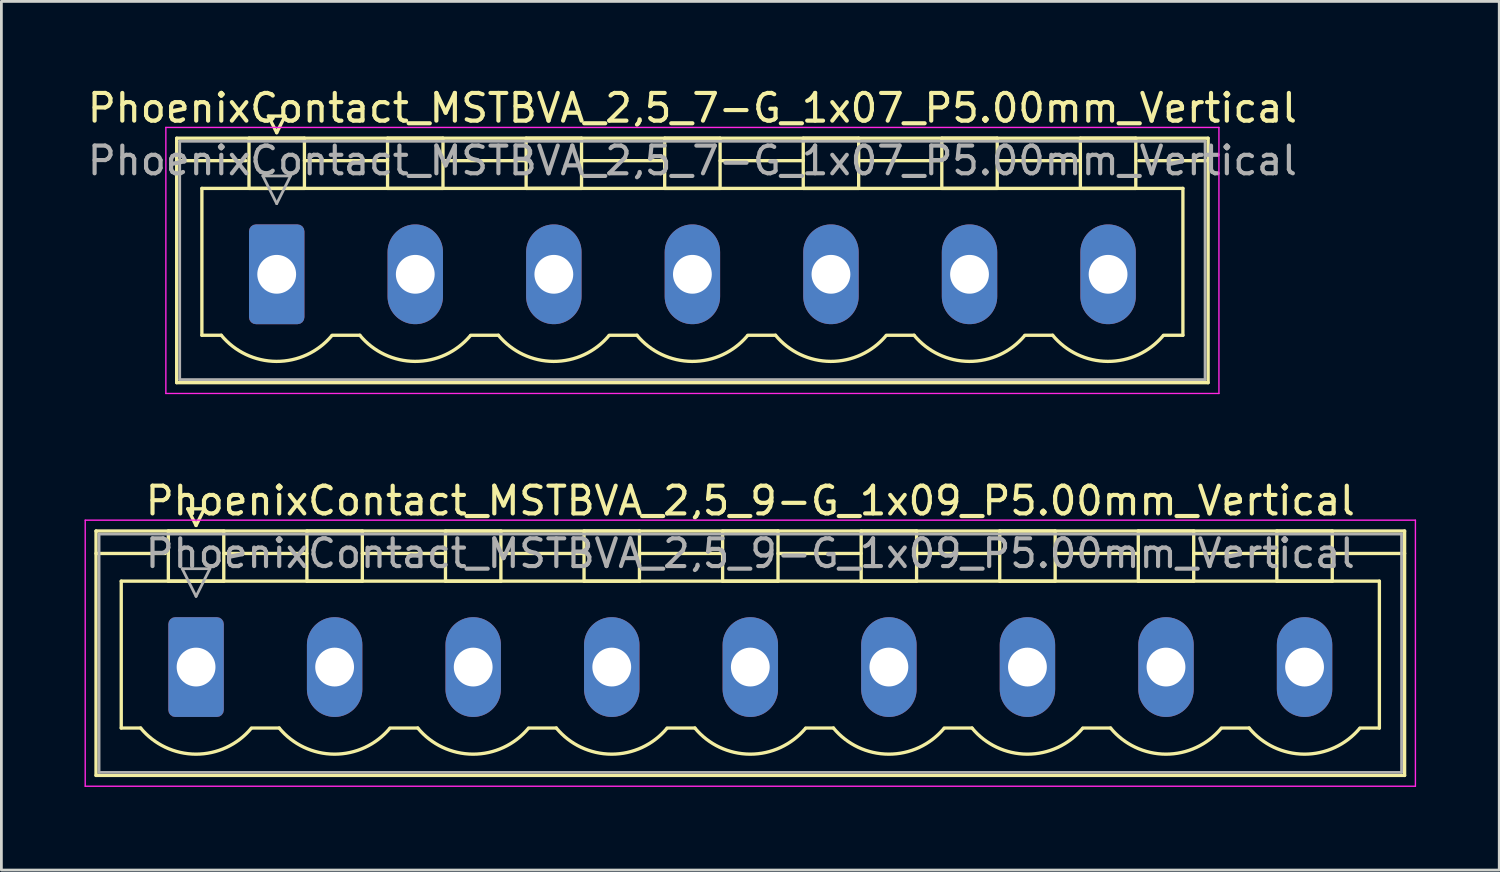
<source format=kicad_pcb>
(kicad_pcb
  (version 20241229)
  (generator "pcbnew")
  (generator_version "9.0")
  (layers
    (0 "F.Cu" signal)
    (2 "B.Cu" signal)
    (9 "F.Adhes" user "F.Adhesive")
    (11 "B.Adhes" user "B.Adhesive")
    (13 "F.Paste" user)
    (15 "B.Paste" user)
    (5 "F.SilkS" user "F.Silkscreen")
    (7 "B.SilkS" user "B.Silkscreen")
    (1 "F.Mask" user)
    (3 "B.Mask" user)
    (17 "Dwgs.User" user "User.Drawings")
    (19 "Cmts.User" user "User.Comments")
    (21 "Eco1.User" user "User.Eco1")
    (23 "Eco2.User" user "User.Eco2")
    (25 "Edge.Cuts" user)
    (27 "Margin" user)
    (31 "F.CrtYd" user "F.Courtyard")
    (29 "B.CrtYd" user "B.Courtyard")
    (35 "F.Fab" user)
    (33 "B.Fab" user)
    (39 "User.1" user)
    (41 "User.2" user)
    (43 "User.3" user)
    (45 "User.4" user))
  (footprint "PhoenixContact_MSTBVA_2,5_9-G_1x09_P5.00mm_Vertical"
    (layer "F.Cu")
    (at 4.025 21.021)
    (property "Reference" "PhoenixContact_MSTBVA_2,5_9-G_1x09_P5.00mm_Vertical" (at 20 -6 0) (layer "F.SilkS") (effects (font (size 1 1) (thickness 0.15))))
    (attr through_hole)
    (fp_line (start -3.61 -4.91) (end -3.61 3.91) (stroke (width 0.12) (type solid)) (layer "F.SilkS"))
    (fp_line (start -3.61 -4.1) (end -1.11 -4.1) (stroke (width 0.12) (type solid)) (layer "F.SilkS"))
    (fp_line (start -3.61 3.91) (end 43.61 3.91) (stroke (width 0.12) (type solid)) (layer "F.SilkS"))
    (fp_line (start -2.7 -3.1) (end 42.7 -3.1) (stroke (width 0.12) (type solid)) (layer "F.SilkS"))
    (fp_line (start -2.7 2.2) (end -2.7 -3.1) (stroke (width 0.12) (type solid)) (layer "F.SilkS"))
    (fp_line (start -2 2.2) (end -2.7 2.2) (stroke (width 0.12) (type solid)) (layer "F.SilkS"))
    (fp_line (start -1 -4.91) (end 1 -4.91) (stroke (width 0.12) (type solid)) (layer "F.SilkS"))
    (fp_line (start -1 -3.1) (end -1 -4.91) (stroke (width 0.12) (type solid)) (layer "F.SilkS"))
    (fp_line (start -0.3 -5.71) (end 0.3 -5.71) (stroke (width 0.12) (type solid)) (layer "F.SilkS"))
    (fp_line (start 0 -5.11) (end -0.3 -5.71) (stroke (width 0.12) (type solid)) (layer "F.SilkS"))
    (fp_line (start 0.3 -5.71) (end 0 -5.11) (stroke (width 0.12) (type solid)) (layer "F.SilkS"))
    (fp_line (start 1 -4.91) (end 1 -3.1) (stroke (width 0.12) (type solid)) (layer "F.SilkS"))
    (fp_line (start 1 -4.1) (end 4 -4.1) (stroke (width 0.12) (type solid)) (layer "F.SilkS"))
    (fp_line (start 1 -3.1) (end -1 -3.1) (stroke (width 0.12) (type solid)) (layer "F.SilkS"))
    (fp_line (start 2 2.2) (end 3 2.2) (stroke (width 0.12) (type solid)) (layer "F.SilkS"))
    (fp_line (start 4 -4.91) (end 6 -4.91) (stroke (width 0.12) (type solid)) (layer "F.SilkS"))
    (fp_line (start 4 -3.1) (end 4 -4.91) (stroke (width 0.12) (type solid)) (layer "F.SilkS"))
    (fp_line (start 6 -4.91) (end 6 -3.1) (stroke (width 0.12) (type solid)) (layer "F.SilkS"))
    (fp_line (start 6 -4.1) (end 9 -4.1) (stroke (width 0.12) (type solid)) (layer "F.SilkS"))
    (fp_line (start 6 -3.1) (end 4 -3.1) (stroke (width 0.12) (type solid)) (layer "F.SilkS"))
    (fp_line (start 7 2.2) (end 8 2.2) (stroke (width 0.12) (type solid)) (layer "F.SilkS"))
    (fp_line (start 9 -4.91) (end 11 -4.91) (stroke (width 0.12) (type solid)) (layer "F.SilkS"))
    (fp_line (start 9 -3.1) (end 9 -4.91) (stroke (width 0.12) (type solid)) (layer "F.SilkS"))
    (fp_line (start 11 -4.91) (end 11 -3.1) (stroke (width 0.12) (type solid)) (layer "F.SilkS"))
    (fp_line (start 11 -4.1) (end 14 -4.1) (stroke (width 0.12) (type solid)) (layer "F.SilkS"))
    (fp_line (start 11 -3.1) (end 9 -3.1) (stroke (width 0.12) (type solid)) (layer "F.SilkS"))
    (fp_line (start 12 2.2) (end 13 2.2) (stroke (width 0.12) (type solid)) (layer "F.SilkS"))
    (fp_line (start 14 -4.91) (end 16 -4.91) (stroke (width 0.12) (type solid)) (layer "F.SilkS"))
    (fp_line (start 14 -3.1) (end 14 -4.91) (stroke (width 0.12) (type solid)) (layer "F.SilkS"))
    (fp_line (start 16 -4.91) (end 16 -3.1) (stroke (width 0.12) (type solid)) (layer "F.SilkS"))
    (fp_line (start 16 -4.1) (end 19 -4.1) (stroke (width 0.12) (type solid)) (layer "F.SilkS"))
    (fp_line (start 16 -3.1) (end 14 -3.1) (stroke (width 0.12) (type solid)) (layer "F.SilkS"))
    (fp_line (start 17 2.2) (end 18 2.2) (stroke (width 0.12) (type solid)) (layer "F.SilkS"))
    (fp_line (start 19 -4.91) (end 21 -4.91) (stroke (width 0.12) (type solid)) (layer "F.SilkS"))
    (fp_line (start 19 -3.1) (end 19 -4.91) (stroke (width 0.12) (type solid)) (layer "F.SilkS"))
    (fp_line (start 21 -4.91) (end 21 -3.1) (stroke (width 0.12) (type solid)) (layer "F.SilkS"))
    (fp_line (start 21 -4.1) (end 24 -4.1) (stroke (width 0.12) (type solid)) (layer "F.SilkS"))
    (fp_line (start 21 -3.1) (end 19 -3.1) (stroke (width 0.12) (type solid)) (layer "F.SilkS"))
    (fp_line (start 22 2.2) (end 23 2.2) (stroke (width 0.12) (type solid)) (layer "F.SilkS"))
    (fp_line (start 24 -4.91) (end 26 -4.91) (stroke (width 0.12) (type solid)) (layer "F.SilkS"))
    (fp_line (start 24 -3.1) (end 24 -4.91) (stroke (width 0.12) (type solid)) (layer "F.SilkS"))
    (fp_line (start 26 -4.91) (end 26 -3.1) (stroke (width 0.12) (type solid)) (layer "F.SilkS"))
    (fp_line (start 26 -4.1) (end 29 -4.1) (stroke (width 0.12) (type solid)) (layer "F.SilkS"))
    (fp_line (start 26 -3.1) (end 24 -3.1) (stroke (width 0.12) (type solid)) (layer "F.SilkS"))
    (fp_line (start 27 2.2) (end 28 2.2) (stroke (width 0.12) (type solid)) (layer "F.SilkS"))
    (fp_line (start 29 -4.91) (end 31 -4.91) (stroke (width 0.12) (type solid)) (layer "F.SilkS"))
    (fp_line (start 29 -3.1) (end 29 -4.91) (stroke (width 0.12) (type solid)) (layer "F.SilkS"))
    (fp_line (start 31 -4.91) (end 31 -3.1) (stroke (width 0.12) (type solid)) (layer "F.SilkS"))
    (fp_line (start 31 -4.1) (end 34 -4.1) (stroke (width 0.12) (type solid)) (layer "F.SilkS"))
    (fp_line (start 31 -3.1) (end 29 -3.1) (stroke (width 0.12) (type solid)) (layer "F.SilkS"))
    (fp_line (start 32 2.2) (end 33 2.2) (stroke (width 0.12) (type solid)) (layer "F.SilkS"))
    (fp_line (start 34 -4.91) (end 36 -4.91) (stroke (width 0.12) (type solid)) (layer "F.SilkS"))
    (fp_line (start 34 -3.1) (end 34 -4.91) (stroke (width 0.12) (type solid)) (layer "F.SilkS"))
    (fp_line (start 36 -4.91) (end 36 -3.1) (stroke (width 0.12) (type solid)) (layer "F.SilkS"))
    (fp_line (start 36 -4.1) (end 39 -4.1) (stroke (width 0.12) (type solid)) (layer "F.SilkS"))
    (fp_line (start 36 -3.1) (end 34 -3.1) (stroke (width 0.12) (type solid)) (layer "F.SilkS"))
    (fp_line (start 37 2.2) (end 38 2.2) (stroke (width 0.12) (type solid)) (layer "F.SilkS"))
    (fp_line (start 39 -4.91) (end 41 -4.91) (stroke (width 0.12) (type solid)) (layer "F.SilkS"))
    (fp_line (start 39 -3.1) (end 39 -4.91) (stroke (width 0.12) (type solid)) (layer "F.SilkS"))
    (fp_line (start 41 -4.91) (end 41 -3.1) (stroke (width 0.12) (type solid)) (layer "F.SilkS"))
    (fp_line (start 41 -3.1) (end 39 -3.1) (stroke (width 0.12) (type solid)) (layer "F.SilkS"))
    (fp_line (start 42.7 -3.1) (end 42.7 2.2) (stroke (width 0.12) (type solid)) (layer "F.SilkS"))
    (fp_line (start 42.7 2.2) (end 42 2.2) (stroke (width 0.12) (type solid)) (layer "F.SilkS"))
    (fp_line (start 43.61 -4.91) (end -3.61 -4.91) (stroke (width 0.12) (type solid)) (layer "F.SilkS"))
    (fp_line (start 43.61 -4.1) (end 41.11 -4.1) (stroke (width 0.12) (type solid)) (layer "F.SilkS"))
    (fp_line (start 43.61 3.91) (end 43.61 -4.91) (stroke (width 0.12) (type solid)) (layer "F.SilkS"))
    (fp_arc (start 1.986842 2.215821) (mid -0.010289 3.142758) (end -2 2.2) (stroke (width 0.12) (type solid)) (layer "F.SilkS"))
    (fp_arc (start 6.986842 2.215821) (mid 4.989711 3.142758) (end 3 2.2) (stroke (width 0.12) (type solid)) (layer "F.SilkS"))
    (fp_arc (start 11.986842 2.215821) (mid 9.989711 3.142758) (end 8 2.2) (stroke (width 0.12) (type solid)) (layer "F.SilkS"))
    (fp_arc (start 16.986842 2.215821) (mid 14.989711 3.142758) (end 13 2.2) (stroke (width 0.12) (type solid)) (layer "F.SilkS"))
    (fp_arc (start 21.986842 2.215821) (mid 19.989711 3.142758) (end 18 2.2) (stroke (width 0.12) (type solid)) (layer "F.SilkS"))
    (fp_arc (start 26.986842 2.215821) (mid 24.989711 3.142758) (end 23 2.2) (stroke (width 0.12) (type solid)) (layer "F.SilkS"))
    (fp_arc (start 31.986842 2.215821) (mid 29.989711 3.142758) (end 28 2.2) (stroke (width 0.12) (type solid)) (layer "F.SilkS"))
    (fp_arc (start 36.986842 2.215821) (mid 34.989711 3.142758) (end 33 2.2) (stroke (width 0.12) (type solid)) (layer "F.SilkS"))
    (fp_arc (start 41.986842 2.215821) (mid 39.989711 3.142758) (end 38 2.2) (stroke (width 0.12) (type solid)) (layer "F.SilkS"))
    (fp_line (start -4 -5.3) (end -4 4.3) (stroke (width 0.05) (type solid)) (layer "F.CrtYd"))
    (fp_line (start -4 4.3) (end 44 4.3) (stroke (width 0.05) (type solid)) (layer "F.CrtYd"))
    (fp_line (start 44 -5.3) (end -4 -5.3) (stroke (width 0.05) (type solid)) (layer "F.CrtYd"))
    (fp_line (start 44 4.3) (end 44 -5.3) (stroke (width 0.05) (type solid)) (layer "F.CrtYd"))
    (fp_line (start -3.5 -4.8) (end -3.5 3.8) (stroke (width 0.1) (type solid)) (layer "F.Fab"))
    (fp_line (start -3.5 3.8) (end 43.5 3.8) (stroke (width 0.1) (type solid)) (layer "F.Fab"))
    (fp_line (start -0.5 -3.55) (end 0.5 -3.55) (stroke (width 0.1) (type solid)) (layer "F.Fab"))
    (fp_line (start 0 -2.55) (end -0.5 -3.55) (stroke (width 0.1) (type solid)) (layer "F.Fab"))
    (fp_line (start 0.5 -3.55) (end 0 -2.55) (stroke (width 0.1) (type solid)) (layer "F.Fab"))
    (fp_line (start 43.5 -4.8) (end -3.5 -4.8) (stroke (width 0.1) (type solid)) (layer "F.Fab"))
    (fp_line (start 43.5 3.8) (end 43.5 -4.8) (stroke (width 0.1) (type solid)) (layer "F.Fab"))
    (fp_text user "${REFERENCE}" (at 20 -4.1 0) (layer "F.Fab") (effects (font (size 1 1) (thickness 0.15))))
    (pad "1" thru_hole roundrect (at 0 0) (size 2 3.6) (drill 1.4) (layers "*.Cu" "*.Mask") (roundrect_rratio 0.125))
    (pad "2" thru_hole oval (at 5 0) (size 2 3.6) (drill 1.4) (layers "*.Cu" "*.Mask"))
    (pad "3" thru_hole oval (at 10 0) (size 2 3.6) (drill 1.4) (layers "*.Cu" "*.Mask"))
    (pad "4" thru_hole oval (at 15 0) (size 2 3.6) (drill 1.4) (layers "*.Cu" "*.Mask"))
    (pad "5" thru_hole oval (at 20 0) (size 2 3.6) (drill 1.4) (layers "*.Cu" "*.Mask"))
    (pad "6" thru_hole oval (at 25 0) (size 2 3.6) (drill 1.4) (layers "*.Cu" "*.Mask"))
    (pad "7" thru_hole oval (at 30 0) (size 2 3.6) (drill 1.4) (layers "*.Cu" "*.Mask"))
    (pad "8" thru_hole oval (at 35 0) (size 2 3.6) (drill 1.4) (layers "*.Cu" "*.Mask"))
    (pad "9" thru_hole oval (at 40 0) (size 2 3.6) (drill 1.4) (layers "*.Cu" "*.Mask")))
  (footprint "PhoenixContact_MSTBVA_2,5_7-G_1x07_P5.00mm_Vertical"
    (layer "F.Cu")
    (at 6.935 6.848)
    (property "Reference" "PhoenixContact_MSTBVA_2,5_7-G_1x07_P5.00mm_Vertical" (at 15 -6 0) (layer "F.SilkS") (effects (font (size 1 1) (thickness 0.15))))
    (attr through_hole)
    (fp_line (start -3.61 -4.91) (end -3.61 3.91) (stroke (width 0.12) (type solid)) (layer "F.SilkS"))
    (fp_line (start -3.61 -4.1) (end -1.11 -4.1) (stroke (width 0.12) (type solid)) (layer "F.SilkS"))
    (fp_line (start -3.61 3.91) (end 33.61 3.91) (stroke (width 0.12) (type solid)) (layer "F.SilkS"))
    (fp_line (start -2.7 -3.1) (end 32.7 -3.1) (stroke (width 0.12) (type solid)) (layer "F.SilkS"))
    (fp_line (start -2.7 2.2) (end -2.7 -3.1) (stroke (width 0.12) (type solid)) (layer "F.SilkS"))
    (fp_line (start -2 2.2) (end -2.7 2.2) (stroke (width 0.12) (type solid)) (layer "F.SilkS"))
    (fp_line (start -1 -4.91) (end 1 -4.91) (stroke (width 0.12) (type solid)) (layer "F.SilkS"))
    (fp_line (start -1 -3.1) (end -1 -4.91) (stroke (width 0.12) (type solid)) (layer "F.SilkS"))
    (fp_line (start -0.3 -5.71) (end 0.3 -5.71) (stroke (width 0.12) (type solid)) (layer "F.SilkS"))
    (fp_line (start 0 -5.11) (end -0.3 -5.71) (stroke (width 0.12) (type solid)) (layer "F.SilkS"))
    (fp_line (start 0.3 -5.71) (end 0 -5.11) (stroke (width 0.12) (type solid)) (layer "F.SilkS"))
    (fp_line (start 1 -4.91) (end 1 -3.1) (stroke (width 0.12) (type solid)) (layer "F.SilkS"))
    (fp_line (start 1 -4.1) (end 4 -4.1) (stroke (width 0.12) (type solid)) (layer "F.SilkS"))
    (fp_line (start 1 -3.1) (end -1 -3.1) (stroke (width 0.12) (type solid)) (layer "F.SilkS"))
    (fp_line (start 2 2.2) (end 3 2.2) (stroke (width 0.12) (type solid)) (layer "F.SilkS"))
    (fp_line (start 4 -4.91) (end 6 -4.91) (stroke (width 0.12) (type solid)) (layer "F.SilkS"))
    (fp_line (start 4 -3.1) (end 4 -4.91) (stroke (width 0.12) (type solid)) (layer "F.SilkS"))
    (fp_line (start 6 -4.91) (end 6 -3.1) (stroke (width 0.12) (type solid)) (layer "F.SilkS"))
    (fp_line (start 6 -4.1) (end 9 -4.1) (stroke (width 0.12) (type solid)) (layer "F.SilkS"))
    (fp_line (start 6 -3.1) (end 4 -3.1) (stroke (width 0.12) (type solid)) (layer "F.SilkS"))
    (fp_line (start 7 2.2) (end 8 2.2) (stroke (width 0.12) (type solid)) (layer "F.SilkS"))
    (fp_line (start 9 -4.91) (end 11 -4.91) (stroke (width 0.12) (type solid)) (layer "F.SilkS"))
    (fp_line (start 9 -3.1) (end 9 -4.91) (stroke (width 0.12) (type solid)) (layer "F.SilkS"))
    (fp_line (start 11 -4.91) (end 11 -3.1) (stroke (width 0.12) (type solid)) (layer "F.SilkS"))
    (fp_line (start 11 -4.1) (end 14 -4.1) (stroke (width 0.12) (type solid)) (layer "F.SilkS"))
    (fp_line (start 11 -3.1) (end 9 -3.1) (stroke (width 0.12) (type solid)) (layer "F.SilkS"))
    (fp_line (start 12 2.2) (end 13 2.2) (stroke (width 0.12) (type solid)) (layer "F.SilkS"))
    (fp_line (start 14 -4.91) (end 16 -4.91) (stroke (width 0.12) (type solid)) (layer "F.SilkS"))
    (fp_line (start 14 -3.1) (end 14 -4.91) (stroke (width 0.12) (type solid)) (layer "F.SilkS"))
    (fp_line (start 16 -4.91) (end 16 -3.1) (stroke (width 0.12) (type solid)) (layer "F.SilkS"))
    (fp_line (start 16 -4.1) (end 19 -4.1) (stroke (width 0.12) (type solid)) (layer "F.SilkS"))
    (fp_line (start 16 -3.1) (end 14 -3.1) (stroke (width 0.12) (type solid)) (layer "F.SilkS"))
    (fp_line (start 17 2.2) (end 18 2.2) (stroke (width 0.12) (type solid)) (layer "F.SilkS"))
    (fp_line (start 19 -4.91) (end 21 -4.91) (stroke (width 0.12) (type solid)) (layer "F.SilkS"))
    (fp_line (start 19 -3.1) (end 19 -4.91) (stroke (width 0.12) (type solid)) (layer "F.SilkS"))
    (fp_line (start 21 -4.91) (end 21 -3.1) (stroke (width 0.12) (type solid)) (layer "F.SilkS"))
    (fp_line (start 21 -4.1) (end 24 -4.1) (stroke (width 0.12) (type solid)) (layer "F.SilkS"))
    (fp_line (start 21 -3.1) (end 19 -3.1) (stroke (width 0.12) (type solid)) (layer "F.SilkS"))
    (fp_line (start 22 2.2) (end 23 2.2) (stroke (width 0.12) (type solid)) (layer "F.SilkS"))
    (fp_line (start 24 -4.91) (end 26 -4.91) (stroke (width 0.12) (type solid)) (layer "F.SilkS"))
    (fp_line (start 24 -3.1) (end 24 -4.91) (stroke (width 0.12) (type solid)) (layer "F.SilkS"))
    (fp_line (start 26 -4.91) (end 26 -3.1) (stroke (width 0.12) (type solid)) (layer "F.SilkS"))
    (fp_line (start 26 -4.1) (end 29 -4.1) (stroke (width 0.12) (type solid)) (layer "F.SilkS"))
    (fp_line (start 26 -3.1) (end 24 -3.1) (stroke (width 0.12) (type solid)) (layer "F.SilkS"))
    (fp_line (start 27 2.2) (end 28 2.2) (stroke (width 0.12) (type solid)) (layer "F.SilkS"))
    (fp_line (start 29 -4.91) (end 31 -4.91) (stroke (width 0.12) (type solid)) (layer "F.SilkS"))
    (fp_line (start 29 -3.1) (end 29 -4.91) (stroke (width 0.12) (type solid)) (layer "F.SilkS"))
    (fp_line (start 31 -4.91) (end 31 -3.1) (stroke (width 0.12) (type solid)) (layer "F.SilkS"))
    (fp_line (start 31 -3.1) (end 29 -3.1) (stroke (width 0.12) (type solid)) (layer "F.SilkS"))
    (fp_line (start 32.7 -3.1) (end 32.7 2.2) (stroke (width 0.12) (type solid)) (layer "F.SilkS"))
    (fp_line (start 32.7 2.2) (end 32 2.2) (stroke (width 0.12) (type solid)) (layer "F.SilkS"))
    (fp_line (start 33.61 -4.91) (end -3.61 -4.91) (stroke (width 0.12) (type solid)) (layer "F.SilkS"))
    (fp_line (start 33.61 -4.1) (end 31.11 -4.1) (stroke (width 0.12) (type solid)) (layer "F.SilkS"))
    (fp_line (start 33.61 3.91) (end 33.61 -4.91) (stroke (width 0.12) (type solid)) (layer "F.SilkS"))
    (fp_arc (start 1.986842 2.215821) (mid -0.010289 3.142758) (end -2 2.2) (stroke (width 0.12) (type solid)) (layer "F.SilkS"))
    (fp_arc (start 6.986842 2.215821) (mid 4.989711 3.142758) (end 3 2.2) (stroke (width 0.12) (type solid)) (layer "F.SilkS"))
    (fp_arc (start 11.986842 2.215821) (mid 9.989711 3.142758) (end 8 2.2) (stroke (width 0.12) (type solid)) (layer "F.SilkS"))
    (fp_arc (start 16.986842 2.215821) (mid 14.989711 3.142758) (end 13 2.2) (stroke (width 0.12) (type solid)) (layer "F.SilkS"))
    (fp_arc (start 21.986842 2.215821) (mid 19.989711 3.142758) (end 18 2.2) (stroke (width 0.12) (type solid)) (layer "F.SilkS"))
    (fp_arc (start 26.986842 2.215821) (mid 24.989711 3.142758) (end 23 2.2) (stroke (width 0.12) (type solid)) (layer "F.SilkS"))
    (fp_arc (start 31.986842 2.215821) (mid 29.989711 3.142758) (end 28 2.2) (stroke (width 0.12) (type solid)) (layer "F.SilkS"))
    (fp_line (start -4 -5.3) (end -4 4.3) (stroke (width 0.05) (type solid)) (layer "F.CrtYd"))
    (fp_line (start -4 4.3) (end 34 4.3) (stroke (width 0.05) (type solid)) (layer "F.CrtYd"))
    (fp_line (start 34 -5.3) (end -4 -5.3) (stroke (width 0.05) (type solid)) (layer "F.CrtYd"))
    (fp_line (start 34 4.3) (end 34 -5.3) (stroke (width 0.05) (type solid)) (layer "F.CrtYd"))
    (fp_line (start -3.5 -4.8) (end -3.5 3.8) (stroke (width 0.1) (type solid)) (layer "F.Fab"))
    (fp_line (start -3.5 3.8) (end 33.5 3.8) (stroke (width 0.1) (type solid)) (layer "F.Fab"))
    (fp_line (start -0.5 -3.55) (end 0.5 -3.55) (stroke (width 0.1) (type solid)) (layer "F.Fab"))
    (fp_line (start 0 -2.55) (end -0.5 -3.55) (stroke (width 0.1) (type solid)) (layer "F.Fab"))
    (fp_line (start 0.5 -3.55) (end 0 -2.55) (stroke (width 0.1) (type solid)) (layer "F.Fab"))
    (fp_line (start 33.5 -4.8) (end -3.5 -4.8) (stroke (width 0.1) (type solid)) (layer "F.Fab"))
    (fp_line (start 33.5 3.8) (end 33.5 -4.8) (stroke (width 0.1) (type solid)) (layer "F.Fab"))
    (fp_text user "${REFERENCE}" (at 15 -4.1 0) (layer "F.Fab") (effects (font (size 1 1) (thickness 0.15))))
    (pad "1" thru_hole roundrect (at 0 0) (size 2 3.6) (drill 1.4) (layers "*.Cu" "*.Mask") (roundrect_rratio 0.125))
    (pad "2" thru_hole oval (at 5 0) (size 2 3.6) (drill 1.4) (layers "*.Cu" "*.Mask"))
    (pad "3" thru_hole oval (at 10 0) (size 2 3.6) (drill 1.4) (layers "*.Cu" "*.Mask"))
    (pad "4" thru_hole oval (at 15 0) (size 2 3.6) (drill 1.4) (layers "*.Cu" "*.Mask"))
    (pad "5" thru_hole oval (at 20 0) (size 2 3.6) (drill 1.4) (layers "*.Cu" "*.Mask"))
    (pad "6" thru_hole oval (at 25 0) (size 2 3.6) (drill 1.4) (layers "*.Cu" "*.Mask"))
    (pad "7" thru_hole oval (at 30 0) (size 2 3.6) (drill 1.4) (layers "*.Cu" "*.Mask")))
  (gr_rect
    (start -3 -3)
    (end 51.05 28.346)
    (stroke (width 0.1) (type default))
    (fill no)
    (layer "Edge.Cuts")))
</source>
